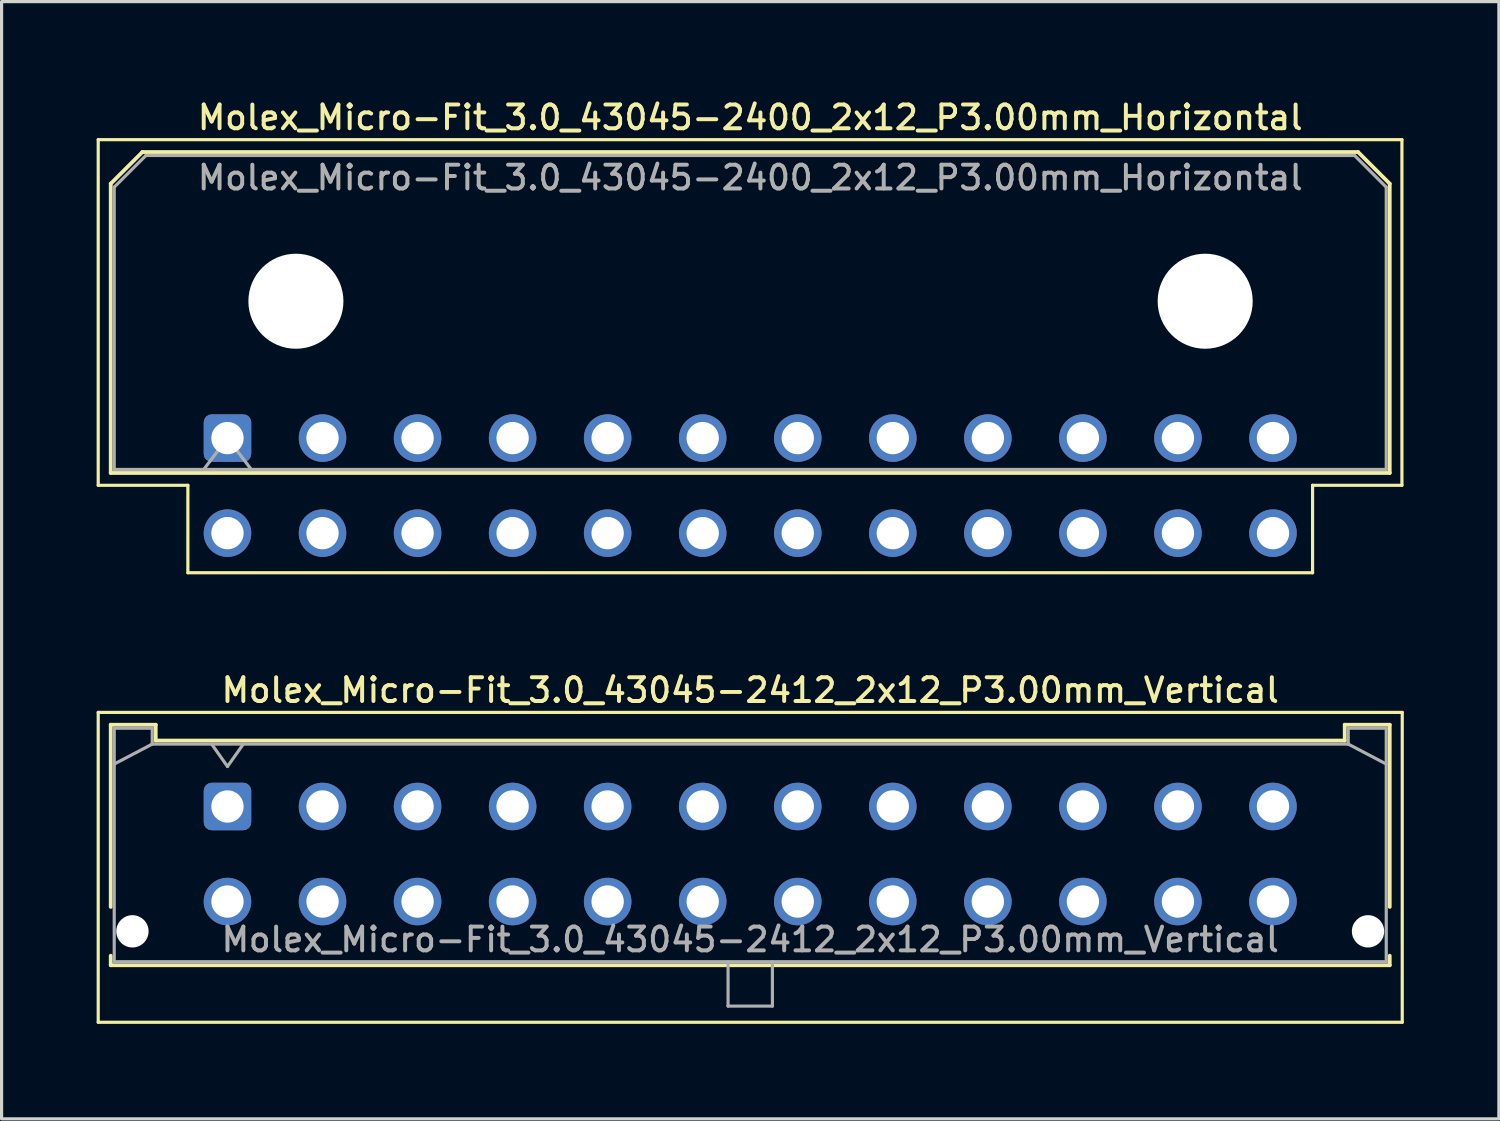
<source format=kicad_pcb>
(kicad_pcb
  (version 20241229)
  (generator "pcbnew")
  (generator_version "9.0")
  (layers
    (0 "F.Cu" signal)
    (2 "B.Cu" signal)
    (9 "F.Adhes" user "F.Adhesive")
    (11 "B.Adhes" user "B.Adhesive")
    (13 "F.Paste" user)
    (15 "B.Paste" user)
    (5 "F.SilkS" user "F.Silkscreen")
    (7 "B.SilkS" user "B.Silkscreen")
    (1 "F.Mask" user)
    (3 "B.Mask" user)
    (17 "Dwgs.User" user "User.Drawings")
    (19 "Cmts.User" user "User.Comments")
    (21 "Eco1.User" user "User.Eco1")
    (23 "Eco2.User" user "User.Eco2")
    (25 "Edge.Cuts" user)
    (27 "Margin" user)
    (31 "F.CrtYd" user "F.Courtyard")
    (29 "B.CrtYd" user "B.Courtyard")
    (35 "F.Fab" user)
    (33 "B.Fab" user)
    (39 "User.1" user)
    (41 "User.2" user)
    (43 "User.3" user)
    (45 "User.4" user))
  (footprint "Molex_Micro-Fit_3.0_43045-2400_2x12_P3.00mm_Horizontal"
    (layer "F.Cu")
    (at 4.13 10.778)
    (property "Reference" "Molex_Micro-Fit_3.0_43045-2400_2x12_P3.00mm_Horizontal" (at 16.5 -10.12 0) (layer "F.SilkS") (effects (font (size 0.75 0.75) (thickness 0.125))))
    (attr through_hole)
    (fp_line (start -4.08 -9.42) (end 37.07 -9.42) (stroke (width 0.1) (type solid)) (layer "F.SilkS"))
    (fp_line (start -4.08 1.49) (end -4.08 -9.42) (stroke (width 0.1) (type solid)) (layer "F.SilkS"))
    (fp_line (start -3.685 -8.03) (end -2.685 -9.03) (stroke (width 0.12) (type solid)) (layer "F.SilkS"))
    (fp_line (start -3.685 1.1) (end -3.685 -8.03) (stroke (width 0.12) (type solid)) (layer "F.SilkS"))
    (fp_line (start -2.685 -9.03) (end 35.685 -9.03) (stroke (width 0.12) (type solid)) (layer "F.SilkS"))
    (fp_line (start -1.25 1.49) (end -4.08 1.49) (stroke (width 0.1) (type solid)) (layer "F.SilkS"))
    (fp_line (start -1.25 4.25) (end -1.25 1.49) (stroke (width 0.1) (type solid)) (layer "F.SilkS"))
    (fp_line (start 34.25 1.49) (end 34.25 4.25) (stroke (width 0.1) (type solid)) (layer "F.SilkS"))
    (fp_line (start 34.25 4.25) (end -1.25 4.25) (stroke (width 0.1) (type solid)) (layer "F.SilkS"))
    (fp_line (start 35.685 -9.03) (end 36.685 -8.03) (stroke (width 0.12) (type solid)) (layer "F.SilkS"))
    (fp_line (start 36.685 -8.03) (end 36.685 1.1) (stroke (width 0.12) (type solid)) (layer "F.SilkS"))
    (fp_line (start 36.685 1.1) (end -3.685 1.1) (stroke (width 0.12) (type solid)) (layer "F.SilkS"))
    (fp_line (start 37.07 -9.42) (end 37.07 1.49) (stroke (width 0.1) (type solid)) (layer "F.SilkS"))
    (fp_line (start 37.07 1.49) (end 34.25 1.49) (stroke (width 0.1) (type solid)) (layer "F.SilkS"))
    (fp_line (start -3.575 -7.92) (end -2.575 -8.92) (stroke (width 0.1) (type solid)) (layer "F.Fab"))
    (fp_line (start -3.575 0.99) (end -3.575 -7.92) (stroke (width 0.1) (type solid)) (layer "F.Fab"))
    (fp_line (start -2.575 -8.92) (end 35.575 -8.92) (stroke (width 0.1) (type solid)) (layer "F.Fab"))
    (fp_line (start -0.75 0.99) (end 0 0) (stroke (width 0.1) (type solid)) (layer "F.Fab"))
    (fp_line (start 0 0) (end 0.75 0.99) (stroke (width 0.1) (type solid)) (layer "F.Fab"))
    (fp_line (start 35.575 -8.92) (end 36.575 -7.92) (stroke (width 0.1) (type solid)) (layer "F.Fab"))
    (fp_line (start 36.575 -7.92) (end 36.575 0.99) (stroke (width 0.1) (type solid)) (layer "F.Fab"))
    (fp_line (start 36.575 0.99) (end -3.575 0.99) (stroke (width 0.1) (type solid)) (layer "F.Fab"))
    (fp_text user "${REFERENCE}" (at 16.5 -8.22 0) (layer "F.Fab") (effects (font (size 0.75 0.75) (thickness 0.125))))
    (pad "" np_thru_hole circle (at 2.16 -4.32) (size 3 3) (drill 3) (layers "*.Cu" "*.Mask"))
    (pad "" np_thru_hole circle (at 30.86 -4.32) (size 3 3) (drill 3) (layers "*.Cu" "*.Mask"))
    (pad "1" thru_hole roundrect (at 0 0) (size 1.5 1.5) (drill 1.02) (layers "*.Cu" "*.Mask") (roundrect_rratio 0.167))
    (pad "2" thru_hole circle (at 3 0) (size 1.5 1.5) (drill 1.02) (layers "*.Cu" "*.Mask"))
    (pad "3" thru_hole circle (at 6 0) (size 1.5 1.5) (drill 1.02) (layers "*.Cu" "*.Mask"))
    (pad "4" thru_hole circle (at 9 0) (size 1.5 1.5) (drill 1.02) (layers "*.Cu" "*.Mask"))
    (pad "5" thru_hole circle (at 12 0) (size 1.5 1.5) (drill 1.02) (layers "*.Cu" "*.Mask"))
    (pad "6" thru_hole circle (at 15 0) (size 1.5 1.5) (drill 1.02) (layers "*.Cu" "*.Mask"))
    (pad "7" thru_hole circle (at 18 0) (size 1.5 1.5) (drill 1.02) (layers "*.Cu" "*.Mask"))
    (pad "8" thru_hole circle (at 21 0) (size 1.5 1.5) (drill 1.02) (layers "*.Cu" "*.Mask"))
    (pad "9" thru_hole circle (at 24 0) (size 1.5 1.5) (drill 1.02) (layers "*.Cu" "*.Mask"))
    (pad "10" thru_hole circle (at 27 0) (size 1.5 1.5) (drill 1.02) (layers "*.Cu" "*.Mask"))
    (pad "11" thru_hole circle (at 30 0) (size 1.5 1.5) (drill 1.02) (layers "*.Cu" "*.Mask"))
    (pad "12" thru_hole circle (at 33 0) (size 1.5 1.5) (drill 1.02) (layers "*.Cu" "*.Mask"))
    (pad "13" thru_hole circle (at 0 3) (size 1.5 1.5) (drill 1.02) (layers "*.Cu" "*.Mask"))
    (pad "14" thru_hole circle (at 3 3) (size 1.5 1.5) (drill 1.02) (layers "*.Cu" "*.Mask"))
    (pad "15" thru_hole circle (at 6 3) (size 1.5 1.5) (drill 1.02) (layers "*.Cu" "*.Mask"))
    (pad "16" thru_hole circle (at 9 3) (size 1.5 1.5) (drill 1.02) (layers "*.Cu" "*.Mask"))
    (pad "17" thru_hole circle (at 12 3) (size 1.5 1.5) (drill 1.02) (layers "*.Cu" "*.Mask"))
    (pad "18" thru_hole circle (at 15 3) (size 1.5 1.5) (drill 1.02) (layers "*.Cu" "*.Mask"))
    (pad "19" thru_hole circle (at 18 3) (size 1.5 1.5) (drill 1.02) (layers "*.Cu" "*.Mask"))
    (pad "20" thru_hole circle (at 21 3) (size 1.5 1.5) (drill 1.02) (layers "*.Cu" "*.Mask"))
    (pad "21" thru_hole circle (at 24 3) (size 1.5 1.5) (drill 1.02) (layers "*.Cu" "*.Mask"))
    (pad "22" thru_hole circle (at 27 3) (size 1.5 1.5) (drill 1.02) (layers "*.Cu" "*.Mask"))
    (pad "23" thru_hole circle (at 30 3) (size 1.5 1.5) (drill 1.02) (layers "*.Cu" "*.Mask"))
    (pad "24" thru_hole circle (at 33 3) (size 1.5 1.5) (drill 1.02) (layers "*.Cu" "*.Mask")))
  (footprint "Molex_Micro-Fit_3.0_43045-2412_2x12_P3.00mm_Vertical"
    (layer "F.Cu")
    (at 4.13 22.406)
    (property "Reference" "Molex_Micro-Fit_3.0_43045-2412_2x12_P3.00mm_Vertical" (at 16.5 -3.67 0) (layer "F.SilkS") (effects (font (size 0.75 0.75) (thickness 0.125))))
    (attr through_hole)
    (fp_line (start -4.08 -2.97) (end 37.08 -2.97) (stroke (width 0.1) (type solid)) (layer "F.SilkS"))
    (fp_line (start -4.08 6.81) (end -4.08 -2.97) (stroke (width 0.1) (type solid)) (layer "F.SilkS"))
    (fp_line (start -3.685 -2.58) (end -2.265 -2.58) (stroke (width 0.12) (type solid)) (layer "F.SilkS"))
    (fp_line (start -3.685 3.17) (end -3.685 -2.58) (stroke (width 0.12) (type solid)) (layer "F.SilkS"))
    (fp_line (start -3.685 4.71) (end -3.685 5.01) (stroke (width 0.12) (type solid)) (layer "F.SilkS"))
    (fp_line (start -3.685 5.01) (end 36.685 5.01) (stroke (width 0.12) (type solid)) (layer "F.SilkS"))
    (fp_line (start -2.265 -2.58) (end -2.265 -2.08) (stroke (width 0.12) (type solid)) (layer "F.SilkS"))
    (fp_line (start -2.265 -2.08) (end 35.265 -2.08) (stroke (width 0.12) (type solid)) (layer "F.SilkS"))
    (fp_line (start 35.265 -2.58) (end 36.685 -2.58) (stroke (width 0.12) (type solid)) (layer "F.SilkS"))
    (fp_line (start 35.265 -2.08) (end 35.265 -2.58) (stroke (width 0.12) (type solid)) (layer "F.SilkS"))
    (fp_line (start 36.685 -2.58) (end 36.685 3.17) (stroke (width 0.12) (type solid)) (layer "F.SilkS"))
    (fp_line (start 36.685 5.01) (end 36.685 4.71) (stroke (width 0.12) (type solid)) (layer "F.SilkS"))
    (fp_line (start 37.08 -2.97) (end 37.08 6.81) (stroke (width 0.1) (type solid)) (layer "F.SilkS"))
    (fp_line (start 37.08 6.81) (end -4.08 6.81) (stroke (width 0.1) (type solid)) (layer "F.SilkS"))
    (fp_line (start -3.575 -2.47) (end -3.575 4.9) (stroke (width 0.1) (type solid)) (layer "F.Fab"))
    (fp_line (start -3.575 -1.34) (end -2.375 -1.97) (stroke (width 0.1) (type solid)) (layer "F.Fab"))
    (fp_line (start -3.575 4.9) (end 36.575 4.9) (stroke (width 0.1) (type solid)) (layer "F.Fab"))
    (fp_line (start -2.375 -2.47) (end -3.575 -2.47) (stroke (width 0.1) (type solid)) (layer "F.Fab"))
    (fp_line (start -2.375 -1.97) (end -2.375 -2.47) (stroke (width 0.1) (type solid)) (layer "F.Fab"))
    (fp_line (start -0.5 -1.97) (end 0 -1.263) (stroke (width 0.1) (type solid)) (layer "F.Fab"))
    (fp_line (start 0 -1.263) (end 0.5 -1.97) (stroke (width 0.1) (type solid)) (layer "F.Fab"))
    (fp_line (start 15.8 4.9) (end 15.8 6.3) (stroke (width 0.1) (type solid)) (layer "F.Fab"))
    (fp_line (start 15.8 6.3) (end 17.2 6.3) (stroke (width 0.1) (type solid)) (layer "F.Fab"))
    (fp_line (start 17.2 6.3) (end 17.2 4.9) (stroke (width 0.1) (type solid)) (layer "F.Fab"))
    (fp_line (start 35.375 -2.47) (end 35.375 -1.97) (stroke (width 0.1) (type solid)) (layer "F.Fab"))
    (fp_line (start 35.375 -1.97) (end -2.375 -1.97) (stroke (width 0.1) (type solid)) (layer "F.Fab"))
    (fp_line (start 36.575 -2.47) (end 35.375 -2.47) (stroke (width 0.1) (type solid)) (layer "F.Fab"))
    (fp_line (start 36.575 -1.34) (end 35.375 -1.97) (stroke (width 0.1) (type solid)) (layer "F.Fab"))
    (fp_line (start 36.575 4.9) (end 36.575 -2.47) (stroke (width 0.1) (type solid)) (layer "F.Fab"))
    (fp_text user "${REFERENCE}" (at 16.5 4.2 0) (layer "F.Fab") (effects (font (size 0.75 0.75) (thickness 0.125))))
    (pad "" np_thru_hole circle (at -3 3.94) (size 1.02 1.02) (drill 1.02) (layers "*.Cu" "*.Mask"))
    (pad "" np_thru_hole circle (at 36 3.94) (size 1.02 1.02) (drill 1.02) (layers "*.Cu" "*.Mask"))
    (pad "1" thru_hole roundrect (at 0 0) (size 1.5 1.5) (drill 1.02) (layers "*.Cu" "*.Mask") (roundrect_rratio 0.167))
    (pad "2" thru_hole circle (at 3 0) (size 1.5 1.5) (drill 1.02) (layers "*.Cu" "*.Mask"))
    (pad "3" thru_hole circle (at 6 0) (size 1.5 1.5) (drill 1.02) (layers "*.Cu" "*.Mask"))
    (pad "4" thru_hole circle (at 9 0) (size 1.5 1.5) (drill 1.02) (layers "*.Cu" "*.Mask"))
    (pad "5" thru_hole circle (at 12 0) (size 1.5 1.5) (drill 1.02) (layers "*.Cu" "*.Mask"))
    (pad "6" thru_hole circle (at 15 0) (size 1.5 1.5) (drill 1.02) (layers "*.Cu" "*.Mask"))
    (pad "7" thru_hole circle (at 18 0) (size 1.5 1.5) (drill 1.02) (layers "*.Cu" "*.Mask"))
    (pad "8" thru_hole circle (at 21 0) (size 1.5 1.5) (drill 1.02) (layers "*.Cu" "*.Mask"))
    (pad "9" thru_hole circle (at 24 0) (size 1.5 1.5) (drill 1.02) (layers "*.Cu" "*.Mask"))
    (pad "10" thru_hole circle (at 27 0) (size 1.5 1.5) (drill 1.02) (layers "*.Cu" "*.Mask"))
    (pad "11" thru_hole circle (at 30 0) (size 1.5 1.5) (drill 1.02) (layers "*.Cu" "*.Mask"))
    (pad "12" thru_hole circle (at 33 0) (size 1.5 1.5) (drill 1.02) (layers "*.Cu" "*.Mask"))
    (pad "13" thru_hole circle (at 0 3) (size 1.5 1.5) (drill 1.02) (layers "*.Cu" "*.Mask"))
    (pad "14" thru_hole circle (at 3 3) (size 1.5 1.5) (drill 1.02) (layers "*.Cu" "*.Mask"))
    (pad "15" thru_hole circle (at 6 3) (size 1.5 1.5) (drill 1.02) (layers "*.Cu" "*.Mask"))
    (pad "16" thru_hole circle (at 9 3) (size 1.5 1.5) (drill 1.02) (layers "*.Cu" "*.Mask"))
    (pad "17" thru_hole circle (at 12 3) (size 1.5 1.5) (drill 1.02) (layers "*.Cu" "*.Mask"))
    (pad "18" thru_hole circle (at 15 3) (size 1.5 1.5) (drill 1.02) (layers "*.Cu" "*.Mask"))
    (pad "19" thru_hole circle (at 18 3) (size 1.5 1.5) (drill 1.02) (layers "*.Cu" "*.Mask"))
    (pad "20" thru_hole circle (at 21 3) (size 1.5 1.5) (drill 1.02) (layers "*.Cu" "*.Mask"))
    (pad "21" thru_hole circle (at 24 3) (size 1.5 1.5) (drill 1.02) (layers "*.Cu" "*.Mask"))
    (pad "22" thru_hole circle (at 27 3) (size 1.5 1.5) (drill 1.02) (layers "*.Cu" "*.Mask"))
    (pad "23" thru_hole circle (at 30 3) (size 1.5 1.5) (drill 1.02) (layers "*.Cu" "*.Mask"))
    (pad "24" thru_hole circle (at 33 3) (size 1.5 1.5) (drill 1.02) (layers "*.Cu" "*.Mask")))
  (gr_rect
    (start -3 -3)
    (end 44.26 32.266)
    (stroke (width 0.1) (type default))
    (fill no)
    (layer "Edge.Cuts")))
</source>
